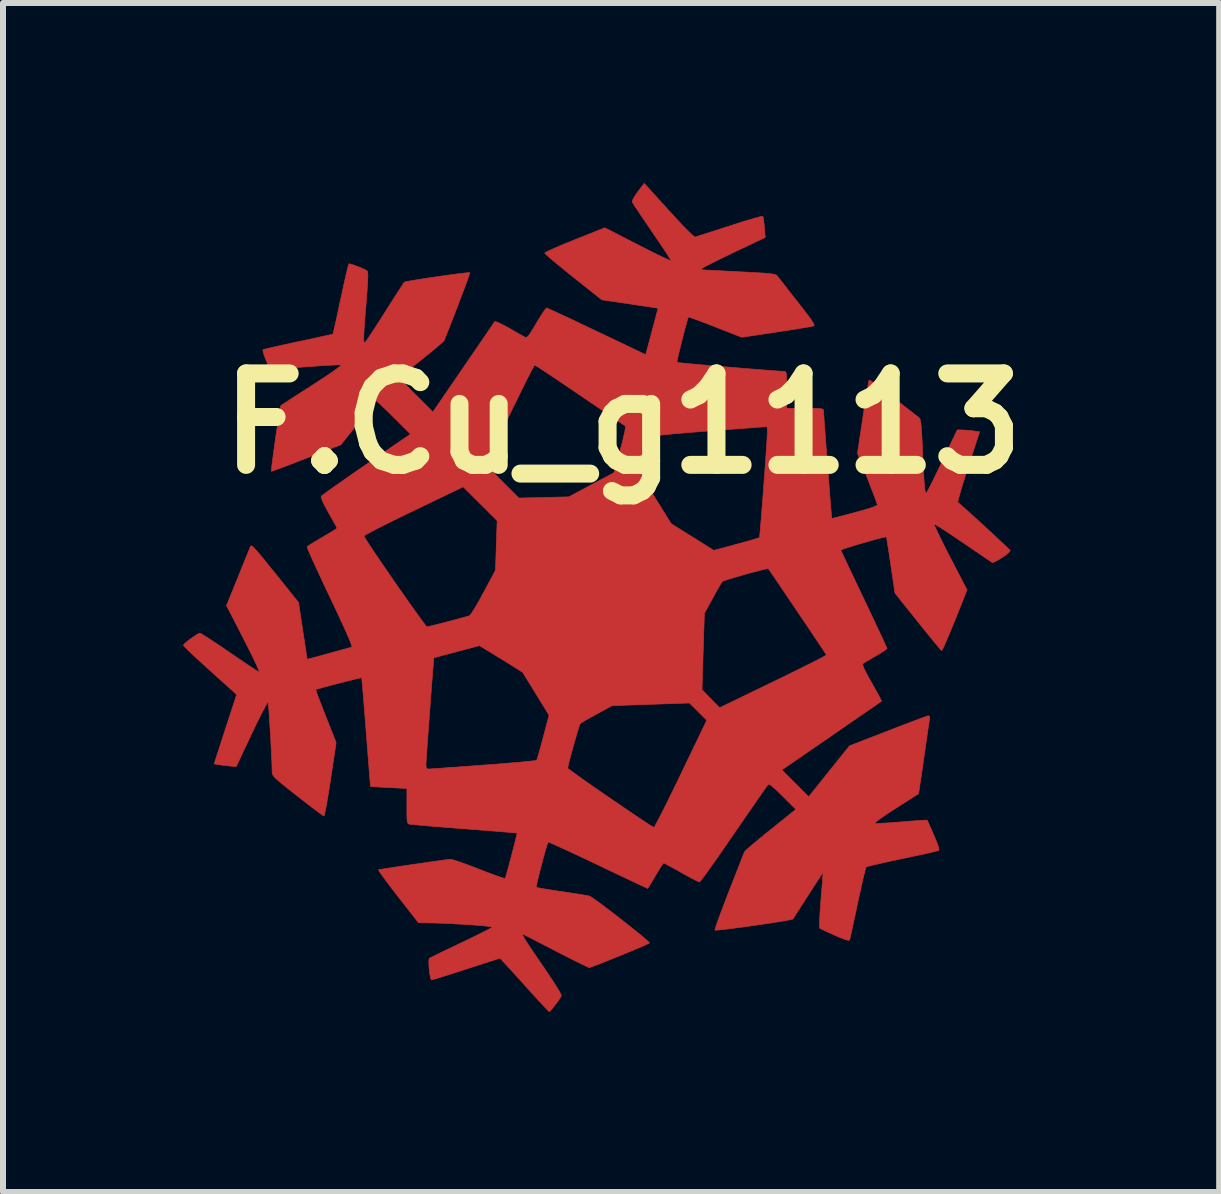
<source format=kicad_pcb>
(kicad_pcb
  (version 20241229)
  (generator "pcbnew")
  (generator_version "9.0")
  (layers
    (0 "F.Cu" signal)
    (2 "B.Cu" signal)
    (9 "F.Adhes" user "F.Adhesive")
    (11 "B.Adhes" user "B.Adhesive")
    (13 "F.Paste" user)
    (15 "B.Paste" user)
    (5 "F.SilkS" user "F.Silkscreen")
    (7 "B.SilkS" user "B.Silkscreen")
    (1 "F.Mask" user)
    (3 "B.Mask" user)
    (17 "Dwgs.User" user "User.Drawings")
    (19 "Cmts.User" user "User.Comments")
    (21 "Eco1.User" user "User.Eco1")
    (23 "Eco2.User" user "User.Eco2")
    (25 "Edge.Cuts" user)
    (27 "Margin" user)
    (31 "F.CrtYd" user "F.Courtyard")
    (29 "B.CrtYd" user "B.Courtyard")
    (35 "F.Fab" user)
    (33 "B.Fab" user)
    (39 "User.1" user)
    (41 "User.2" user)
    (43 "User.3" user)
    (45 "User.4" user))
  (footprint "F.Cu_g1113"
    (layer "F.Cu")
    (at 7.328 4.007)
    (property "Reference" "F.Cu_g1113" (at 0 0 0) (layer "F.SilkS") (effects (font (size 1.524 1.524) (thickness 0.3))))
    (attr through_hole)
    (fp_poly (pts (xy 0.765 -3.551) (xy 0.883 -3.423) (xy 0.987 -3.312) (xy 1.074 -3.223) (xy 1.141 -3.157) (xy 1.186 -3.118) (xy 1.204 -3.108) (xy 1.232 -3.116) (xy 1.294 -3.136) (xy 1.386 -3.165) (xy 1.501 -3.202) (xy 1.633 -3.245) (xy 1.777 -3.291) (xy 1.92 -3.337) (xy 2.05 -3.378) (xy 2.162 -3.411) (xy 2.25 -3.436) (xy 2.308 -3.451) (xy 2.331 -3.453) (xy 2.331 -3.453) (xy 2.34 -3.427) (xy 2.349 -3.37) (xy 2.357 -3.292) (xy 2.359 -3.27) (xy 2.373 -3.101) (xy 1.843 -2.849) (xy 1.705 -2.782) (xy 1.58 -2.721) (xy 1.474 -2.668) (xy 1.39 -2.625) (xy 1.335 -2.595) (xy 1.313 -2.579) (xy 1.312 -2.579) (xy 1.317 -2.561) (xy 1.318 -2.561) (xy 1.339 -2.56) (xy 1.398 -2.557) (xy 1.488 -2.552) (xy 1.605 -2.546) (xy 1.742 -2.539) (xy 1.895 -2.531) (xy 1.935 -2.529) (xy 2.114 -2.52) (xy 2.255 -2.512) (xy 2.364 -2.505) (xy 2.444 -2.497) (xy 2.5 -2.49) (xy 2.537 -2.482) (xy 2.56 -2.473) (xy 2.572 -2.462) (xy 2.573 -2.461) (xy 2.593 -2.434) (xy 2.636 -2.379) (xy 2.696 -2.302) (xy 2.771 -2.206) (xy 2.856 -2.098) (xy 2.908 -2.032) (xy 3.007 -1.905) (xy 3.082 -1.807) (xy 3.135 -1.735) (xy 3.168 -1.684) (xy 3.185 -1.651) (xy 3.187 -1.633) (xy 3.18 -1.626) (xy 3.15 -1.619) (xy 3.084 -1.607) (xy 2.987 -1.591) (xy 2.867 -1.571) (xy 2.727 -1.549) (xy 2.574 -1.526) (xy 2.563 -1.524) (xy 1.982 -1.437) (xy 1.54 -1.61) (xy 1.413 -1.659) (xy 1.299 -1.703) (xy 1.205 -1.738) (xy 1.136 -1.762) (xy 1.098 -1.774) (xy 1.093 -1.775) (xy 1.083 -1.749) (xy 1.067 -1.692) (xy 1.044 -1.61) (xy 1.018 -1.511) (xy 0.991 -1.405) (xy 0.964 -1.297) (xy 0.939 -1.197) (xy 0.919 -1.113) (xy 0.906 -1.051) (xy 0.901 -1.02) (xy 0.901 -1.018) (xy 0.923 -1.015) (xy 0.982 -1.009) (xy 1.072 -1) (xy 1.189 -0.989) (xy 1.326 -0.977) (xy 1.479 -0.964) (xy 1.642 -0.95) (xy 1.81 -0.936) (xy 1.978 -0.922) (xy 2.14 -0.909) (xy 2.291 -0.897) (xy 2.425 -0.886) (xy 2.537 -0.878) (xy 2.623 -0.872) (xy 2.676 -0.869) (xy 2.683 -0.869) (xy 2.701 -0.867) (xy 2.714 -0.859) (xy 2.723 -0.837) (xy 2.728 -0.796) (xy 2.73 -0.729) (xy 2.73 -0.629) (xy 2.731 -0.561) (xy 2.731 -0.254) (xy 3.037 -0.254) (xy 3.158 -0.254) (xy 3.242 -0.252) (xy 3.296 -0.248) (xy 3.327 -0.241) (xy 3.341 -0.231) (xy 3.344 -0.217) (xy 3.345 -0.189) (xy 3.35 -0.126) (xy 3.356 -0.031) (xy 3.365 0.089) (xy 3.376 0.229) (xy 3.387 0.384) (xy 3.4 0.548) (xy 3.412 0.717) (xy 3.425 0.884) (xy 3.438 1.046) (xy 3.449 1.195) (xy 3.46 1.327) (xy 3.469 1.437) (xy 3.476 1.52) (xy 3.48 1.569) (xy 3.481 1.581) (xy 3.502 1.578) (xy 3.556 1.564) (xy 3.639 1.543) (xy 3.743 1.516) (xy 3.863 1.484) (xy 3.864 1.484) (xy 4.012 1.443) (xy 4.121 1.41) (xy 4.194 1.384) (xy 4.233 1.364) (xy 4.241 1.352) (xy 4.233 1.325) (xy 4.211 1.264) (xy 4.178 1.176) (xy 4.136 1.068) (xy 4.089 0.946) (xy 4.074 0.91) (xy 3.91 0.497) (xy 4.001 -0.106) (xy 4.024 -0.261) (xy 4.046 -0.402) (xy 4.066 -0.524) (xy 4.083 -0.622) (xy 4.096 -0.69) (xy 4.103 -0.722) (xy 4.104 -0.724) (xy 4.124 -0.716) (xy 4.172 -0.685) (xy 4.243 -0.634) (xy 4.333 -0.567) (xy 4.438 -0.487) (xy 4.509 -0.431) (xy 4.621 -0.343) (xy 4.724 -0.262) (xy 4.813 -0.193) (xy 4.881 -0.14) (xy 4.924 -0.106) (xy 4.936 -0.098) (xy 4.947 -0.085) (xy 4.956 -0.06) (xy 4.964 -0.02) (xy 4.971 0.042) (xy 4.978 0.13) (xy 4.985 0.249) (xy 4.992 0.404) (xy 4.995 0.456) (xy 5.004 0.654) (xy 5.012 0.814) (xy 5.019 0.939) (xy 5.026 1.032) (xy 5.033 1.097) (xy 5.041 1.139) (xy 5.048 1.159) (xy 5.055 1.164) (xy 5.067 1.145) (xy 5.095 1.093) (xy 5.137 1.013) (xy 5.188 0.909) (xy 5.248 0.786) (xy 5.314 0.649) (xy 5.321 0.635) (xy 5.573 0.106) (xy 5.66 0.108) (xy 5.738 0.112) (xy 5.825 0.121) (xy 5.846 0.124) (xy 5.945 0.138) (xy 5.756 0.719) (xy 5.708 0.868) (xy 5.666 1.003) (xy 5.631 1.121) (xy 5.604 1.215) (xy 5.587 1.28) (xy 5.582 1.311) (xy 5.583 1.313) (xy 5.635 1.358) (xy 5.706 1.421) (xy 5.793 1.499) (xy 5.89 1.587) (xy 5.992 1.68) (xy 6.094 1.775) (xy 6.193 1.866) (xy 6.282 1.949) (xy 6.358 2.02) (xy 6.415 2.075) (xy 6.449 2.109) (xy 6.456 2.118) (xy 6.439 2.142) (xy 6.396 2.179) (xy 6.337 2.221) (xy 6.273 2.263) (xy 6.214 2.296) (xy 6.17 2.315) (xy 6.155 2.315) (xy 6.131 2.299) (xy 6.076 2.263) (xy 5.997 2.209) (xy 5.898 2.141) (xy 5.783 2.063) (xy 5.667 1.984) (xy 5.543 1.9) (xy 5.431 1.825) (xy 5.334 1.762) (xy 5.259 1.714) (xy 5.208 1.684) (xy 5.188 1.676) (xy 5.193 1.696) (xy 5.215 1.748) (xy 5.253 1.828) (xy 5.303 1.932) (xy 5.364 2.054) (xy 5.434 2.191) (xy 5.453 2.228) (xy 5.736 2.773) (xy 5.533 3.282) (xy 5.477 3.418) (xy 5.426 3.54) (xy 5.382 3.643) (xy 5.347 3.722) (xy 5.323 3.77) (xy 5.312 3.784) (xy 5.295 3.767) (xy 5.255 3.72) (xy 5.196 3.649) (xy 5.121 3.557) (xy 5.033 3.449) (xy 4.937 3.329) (xy 4.915 3.302) (xy 4.535 2.826) (xy 4.466 2.36) (xy 4.446 2.225) (xy 4.428 2.105) (xy 4.412 2.006) (xy 4.401 1.934) (xy 4.394 1.895) (xy 4.393 1.89) (xy 4.371 1.891) (xy 4.317 1.903) (xy 4.237 1.923) (xy 4.141 1.95) (xy 4.036 1.98) (xy 3.929 2.011) (xy 3.828 2.042) (xy 3.741 2.069) (xy 3.675 2.092) (xy 3.639 2.106) (xy 3.634 2.11) (xy 3.644 2.134) (xy 3.67 2.191) (xy 3.711 2.278) (xy 3.764 2.391) (xy 3.828 2.526) (xy 3.9 2.679) (xy 3.979 2.845) (xy 4.021 2.933) (xy 4.102 3.104) (xy 4.178 3.264) (xy 4.246 3.408) (xy 4.304 3.531) (xy 4.35 3.631) (xy 4.383 3.703) (xy 4.4 3.743) (xy 4.403 3.749) (xy 4.385 3.766) (xy 4.339 3.797) (xy 4.272 3.84) (xy 4.217 3.872) (xy 4.136 3.919) (xy 4.067 3.96) (xy 4.018 3.988) (xy 4.003 3.998) (xy 3.996 4.012) (xy 4.003 4.043) (xy 4.025 4.095) (xy 4.064 4.171) (xy 4.122 4.278) (xy 4.146 4.319) (xy 4.203 4.421) (xy 4.251 4.508) (xy 4.287 4.576) (xy 4.308 4.617) (xy 4.312 4.627) (xy 4.294 4.639) (xy 4.245 4.673) (xy 4.168 4.727) (xy 4.066 4.797) (xy 3.942 4.882) (xy 3.801 4.979) (xy 3.646 5.086) (xy 3.479 5.201) (xy 3.478 5.202) (xy 2.65 5.772) (xy 2.873 5.995) (xy 3.097 6.219) (xy 3.437 5.795) (xy 3.778 5.37) (xy 4.424 5.12) (xy 4.58 5.059) (xy 4.725 5.004) (xy 4.852 4.956) (xy 4.958 4.916) (xy 5.037 4.888) (xy 5.084 4.871) (xy 5.095 4.869) (xy 5.113 4.886) (xy 5.111 4.927) (xy 5.105 4.962) (xy 5.094 5.034) (xy 5.079 5.135) (xy 5.061 5.261) (xy 5.04 5.404) (xy 5.018 5.559) (xy 5.016 5.576) (xy 4.994 5.728) (xy 4.974 5.867) (xy 4.956 5.985) (xy 4.942 6.079) (xy 4.932 6.142) (xy 4.927 6.169) (xy 4.926 6.17) (xy 4.734 6.292) (xy 4.575 6.394) (xy 4.448 6.476) (xy 4.35 6.542) (xy 4.279 6.591) (xy 4.232 6.627) (xy 4.208 6.649) (xy 4.204 6.661) (xy 4.209 6.664) (xy 4.244 6.664) (xy 4.313 6.661) (xy 4.41 6.655) (xy 4.526 6.647) (xy 4.656 6.637) (xy 4.659 6.637) (xy 4.785 6.626) (xy 4.896 6.618) (xy 4.985 6.612) (xy 5.045 6.609) (xy 5.07 6.609) (xy 5.07 6.609) (xy 5.081 6.629) (xy 5.104 6.681) (xy 5.138 6.756) (xy 5.178 6.848) (xy 5.182 6.858) (xy 5.23 6.973) (xy 5.259 7.052) (xy 5.269 7.099) (xy 5.264 7.115) (xy 5.237 7.122) (xy 5.175 7.137) (xy 5.082 7.159) (xy 4.964 7.185) (xy 4.827 7.214) (xy 4.677 7.246) (xy 4.657 7.25) (xy 4.505 7.282) (xy 4.367 7.313) (xy 4.247 7.34) (xy 4.152 7.362) (xy 4.087 7.379) (xy 4.057 7.388) (xy 4.056 7.389) (xy 4.047 7.413) (xy 4.031 7.473) (xy 4.008 7.564) (xy 3.981 7.681) (xy 3.951 7.817) (xy 3.918 7.967) (xy 3.912 7.994) (xy 3.88 8.147) (xy 3.85 8.287) (xy 3.824 8.408) (xy 3.802 8.506) (xy 3.787 8.574) (xy 3.779 8.607) (xy 3.779 8.608) (xy 3.755 8.612) (xy 3.696 8.595) (xy 3.599 8.557) (xy 3.531 8.527) (xy 3.438 8.485) (xy 3.36 8.449) (xy 3.304 8.421) (xy 3.278 8.407) (xy 3.278 8.407) (xy 3.276 8.382) (xy 3.277 8.322) (xy 3.281 8.232) (xy 3.288 8.12) (xy 3.297 7.99) (xy 3.301 7.938) (xy 3.312 7.804) (xy 3.322 7.685) (xy 3.329 7.588) (xy 3.334 7.519) (xy 3.336 7.483) (xy 3.336 7.479) (xy 3.325 7.495) (xy 3.295 7.541) (xy 3.25 7.61) (xy 3.194 7.696) (xy 3.131 7.794) (xy 3.065 7.897) (xy 3 7.998) (xy 2.939 8.093) (xy 2.887 8.174) (xy 2.849 8.235) (xy 2.836 8.256) (xy 2.813 8.263) (xy 2.754 8.275) (xy 2.666 8.291) (xy 2.555 8.309) (xy 2.426 8.329) (xy 2.287 8.349) (xy 2.144 8.37) (xy 2.002 8.39) (xy 1.869 8.407) (xy 1.749 8.423) (xy 1.65 8.434) (xy 1.578 8.441) (xy 1.539 8.443) (xy 1.534 8.442) (xy 1.539 8.419) (xy 1.559 8.357) (xy 1.594 8.257) (xy 1.645 8.121) (xy 1.71 7.948) (xy 1.791 7.739) (xy 1.886 7.496) (xy 1.995 7.218) (xy 2.027 7.137) (xy 2.046 7.116) (xy 2.093 7.073) (xy 2.165 7.012) (xy 2.256 6.936) (xy 2.362 6.848) (xy 2.461 6.769) (xy 2.884 6.43) (xy 2.665 6.211) (xy 2.569 6.117) (xy 2.496 6.051) (xy 2.447 6.016) (xy 2.425 6.011) (xy 2.409 6.032) (xy 2.371 6.084) (xy 2.315 6.164) (xy 2.242 6.269) (xy 2.155 6.394) (xy 2.057 6.536) (xy 1.95 6.692) (xy 1.852 6.834) (xy 1.739 6.999) (xy 1.633 7.152) (xy 1.537 7.29) (xy 1.451 7.41) (xy 1.381 7.509) (xy 1.326 7.582) (xy 1.291 7.627) (xy 1.278 7.64) (xy 1.252 7.63) (xy 1.197 7.603) (xy 1.119 7.562) (xy 1.025 7.511) (xy 0.975 7.482) (xy 0.877 7.427) (xy 0.792 7.381) (xy 0.727 7.346) (xy 0.688 7.327) (xy 0.681 7.324) (xy 0.665 7.341) (xy 0.633 7.388) (xy 0.59 7.457) (xy 0.543 7.536) (xy 0.494 7.619) (xy 0.453 7.686) (xy 0.424 7.732) (xy 0.413 7.747) (xy 0.394 7.738) (xy 0.34 7.713) (xy 0.255 7.673) (xy 0.145 7.621) (xy 0.012 7.558) (xy -0.14 7.486) (xy -0.306 7.407) (xy -0.414 7.355) (xy -0.587 7.273) (xy -0.748 7.197) (xy -0.894 7.129) (xy -1.019 7.071) (xy -1.121 7.025) (xy -1.194 6.993) (xy -1.236 6.976) (xy -1.245 6.974) (xy -1.255 6.999) (xy -1.273 7.056) (xy -1.297 7.137) (xy -1.324 7.236) (xy -1.352 7.342) (xy -1.38 7.449) (xy -1.405 7.549) (xy -1.425 7.634) (xy -1.438 7.696) (xy -1.442 7.726) (xy -1.442 7.728) (xy -1.418 7.735) (xy -1.358 7.746) (xy -1.27 7.761) (xy -1.161 7.778) (xy -1.036 7.797) (xy -1.027 7.798) (xy -0.896 7.818) (xy -0.776 7.836) (xy -0.675 7.852) (xy -0.6 7.865) (xy -0.558 7.873) (xy -0.529 7.889) (xy -0.473 7.927) (xy -0.395 7.983) (xy -0.301 8.053) (xy -0.196 8.133) (xy -0.084 8.219) (xy 0.028 8.307) (xy 0.137 8.393) (xy 0.237 8.473) (xy 0.323 8.543) (xy 0.389 8.6) (xy 0.431 8.639) (xy 0.445 8.655) (xy 0.426 8.666) (xy 0.374 8.69) (xy 0.296 8.724) (xy 0.197 8.766) (xy 0.085 8.813) (xy -0.036 8.863) (xy -0.157 8.912) (xy -0.273 8.958) (xy -0.378 9) (xy -0.465 9.033) (xy -0.527 9.056) (xy -0.559 9.066) (xy -0.561 9.066) (xy -0.585 9.056) (xy -0.641 9.03) (xy -0.724 8.989) (xy -0.831 8.936) (xy -0.955 8.873) (xy -1.091 8.803) (xy -1.111 8.793) (xy -1.248 8.722) (xy -1.374 8.657) (xy -1.483 8.601) (xy -1.57 8.556) (xy -1.63 8.526) (xy -1.658 8.512) (xy -1.659 8.511) (xy -1.67 8.511) (xy -1.669 8.524) (xy -1.654 8.555) (xy -1.624 8.606) (xy -1.577 8.679) (xy -1.51 8.779) (xy -1.423 8.908) (xy -1.331 9.041) (xy -1.237 9.181) (xy -1.157 9.302) (xy -1.094 9.402) (xy -1.049 9.477) (xy -1.027 9.524) (xy -1.024 9.537) (xy -1.043 9.57) (xy -1.078 9.622) (xy -1.122 9.681) (xy -1.166 9.737) (xy -1.202 9.78) (xy -1.224 9.8) (xy -1.226 9.8) (xy -1.243 9.785) (xy -1.284 9.742) (xy -1.347 9.676) (xy -1.426 9.59) (xy -1.519 9.488) (xy -1.621 9.375) (xy -1.638 9.356) (xy -1.742 9.241) (xy -1.836 9.137) (xy -1.917 9.048) (xy -1.982 8.978) (xy -2.026 8.932) (xy -2.046 8.912) (xy -2.047 8.911) (xy -2.069 8.917) (xy -2.126 8.935) (xy -2.213 8.963) (xy -2.324 8.998) (xy -2.454 9.041) (xy -2.598 9.087) (xy -2.61 9.091) (xy -2.756 9.138) (xy -2.889 9.181) (xy -3.004 9.217) (xy -3.095 9.245) (xy -3.158 9.264) (xy -3.186 9.271) (xy -3.187 9.271) (xy -3.199 9.252) (xy -3.211 9.202) (xy -3.222 9.134) (xy -3.229 9.059) (xy -3.233 8.989) (xy -3.231 8.935) (xy -3.223 8.911) (xy -3.201 8.899) (xy -3.145 8.871) (xy -3.061 8.83) (xy -2.954 8.778) (xy -2.83 8.719) (xy -2.699 8.656) (xy -2.563 8.591) (xy -2.439 8.531) (xy -2.334 8.478) (xy -2.251 8.436) (xy -2.197 8.407) (xy -2.176 8.393) (xy -2.191 8.386) (xy -2.244 8.378) (xy -2.326 8.369) (xy -2.433 8.36) (xy -2.558 8.351) (xy -2.696 8.343) (xy -2.84 8.335) (xy -2.984 8.328) (xy -3.123 8.323) (xy -3.25 8.321) (xy -3.252 8.321) (xy -3.404 8.319) (xy -3.747 7.88) (xy -3.837 7.763) (xy -3.917 7.657) (xy -3.984 7.567) (xy -4.034 7.498) (xy -4.064 7.453) (xy -4.071 7.436) (xy -4.04 7.43) (xy -3.973 7.419) (xy -3.879 7.405) (xy -3.763 7.387) (xy -3.632 7.367) (xy -3.494 7.347) (xy -3.354 7.327) (xy -3.22 7.307) (xy -3.098 7.29) (xy -2.996 7.276) (xy -2.919 7.266) (xy -2.876 7.261) (xy -2.869 7.26) (xy -2.835 7.268) (xy -2.768 7.289) (xy -2.675 7.321) (xy -2.562 7.362) (xy -2.437 7.41) (xy -2.393 7.427) (xy -2.268 7.476) (xy -2.157 7.517) (xy -2.065 7.55) (xy -1.999 7.572) (xy -1.964 7.581) (xy -1.96 7.581) (xy -1.952 7.556) (xy -1.935 7.498) (xy -1.913 7.417) (xy -1.886 7.319) (xy -1.858 7.213) (xy -1.83 7.105) (xy -1.804 7.006) (xy -1.783 6.921) (xy -1.768 6.859) (xy -1.762 6.827) (xy -1.762 6.825) (xy -1.783 6.822) (xy -1.843 6.817) (xy -1.936 6.809) (xy -2.057 6.799) (xy -2.203 6.787) (xy -2.369 6.774) (xy -2.551 6.76) (xy -2.635 6.753) (xy -2.824 6.739) (xy -3.001 6.725) (xy -3.162 6.712) (xy -3.301 6.7) (xy -3.414 6.69) (xy -3.496 6.683) (xy -3.543 6.678) (xy -3.551 6.677) (xy -3.57 6.671) (xy -3.583 6.659) (xy -3.591 6.634) (xy -3.596 6.59) (xy -3.598 6.518) (xy -3.598 6.413) (xy -3.598 6.374) (xy -3.598 6.081) (xy -3.899 6.066) (xy -4.007 6.061) (xy -4.098 6.055) (xy -4.165 6.051) (xy -4.2 6.048) (xy -4.204 6.047) (xy -4.206 6.026) (xy -4.211 5.967) (xy -4.219 5.874) (xy -4.229 5.752) (xy -4.233 5.695) (xy -3.281 5.695) (xy -3.273 5.742) (xy -3.246 5.757) (xy -3.244 5.757) (xy -3.215 5.756) (xy -3.149 5.751) (xy -3.05 5.745) (xy -3.024 5.743) (xy -0.919 5.743) (xy -0.902 5.758) (xy -0.855 5.793) (xy -0.782 5.846) (xy -0.687 5.914) (xy -0.575 5.993) (xy -0.45 6.08) (xy -0.317 6.172) (xy -0.18 6.266) (xy -0.043 6.359) (xy 0.088 6.449) (xy 0.21 6.531) (xy 0.317 6.603) (xy 0.406 6.661) (xy 0.472 6.704) (xy 0.511 6.726) (xy 0.519 6.73) (xy 0.532 6.711) (xy 0.561 6.658) (xy 0.605 6.575) (xy 0.662 6.464) (xy 0.729 6.33) (xy 0.804 6.177) (xy 0.887 6.008) (xy 0.969 5.838) (xy 1.399 4.945) (xy 1.255 4.801) (xy 1.111 4.657) (xy 0.466 4.679) (xy -0.179 4.702) (xy -0.433 4.84) (xy -0.528 4.892) (xy -0.611 4.939) (xy -0.673 4.976) (xy -0.708 4.999) (xy -0.711 5.002) (xy -0.721 5.027) (xy -0.74 5.085) (xy -0.765 5.168) (xy -0.794 5.267) (xy -0.824 5.374) (xy -0.854 5.482) (xy -0.881 5.582) (xy -0.902 5.665) (xy -0.915 5.724) (xy -0.919 5.743) (xy -3.024 5.743) (xy -2.923 5.735) (xy -2.772 5.725) (xy -2.601 5.712) (xy -2.417 5.699) (xy -2.328 5.692) (xy -2.14 5.678) (xy -1.964 5.664) (xy -1.807 5.651) (xy -1.671 5.639) (xy -1.563 5.628) (xy -1.485 5.62) (xy -1.443 5.614) (xy -1.437 5.613) (xy -1.427 5.588) (xy -1.409 5.53) (xy -1.385 5.445) (xy -1.355 5.338) (xy -1.326 5.229) (xy -1.229 4.86) (xy -1.491 4.434) (xy 1.319 4.434) (xy 1.466 4.585) (xy 1.613 4.736) (xy 2.505 4.304) (xy 2.685 4.217) (xy 2.853 4.134) (xy 3.005 4.059) (xy 3.137 3.993) (xy 3.246 3.938) (xy 3.327 3.895) (xy 3.377 3.867) (xy 3.393 3.856) (xy 3.381 3.837) (xy 3.349 3.787) (xy 3.298 3.711) (xy 3.233 3.614) (xy 3.157 3.5) (xy 3.072 3.373) (xy 2.981 3.239) (xy 2.888 3.101) (xy 2.795 2.963) (xy 2.706 2.832) (xy 2.624 2.71) (xy 2.551 2.603) (xy 2.491 2.515) (xy 2.447 2.451) (xy 2.424 2.418) (xy 2.402 2.42) (xy 2.347 2.432) (xy 2.268 2.452) (xy 2.171 2.477) (xy 2.065 2.506) (xy 1.957 2.537) (xy 1.855 2.567) (xy 1.767 2.593) (xy 1.7 2.615) (xy 1.663 2.629) (xy 1.659 2.632) (xy 1.64 2.659) (xy 1.606 2.716) (xy 1.561 2.794) (xy 1.51 2.887) (xy 1.497 2.911) (xy 1.359 3.165) (xy 1.319 4.434) (xy -1.491 4.434) (xy -1.669 4.146) (xy -1.845 4.035) (xy -1.948 3.971) (xy -2.066 3.898) (xy -2.178 3.829) (xy -2.205 3.813) (xy -2.388 3.701) (xy -2.766 3.801) (xy -2.885 3.833) (xy -2.99 3.861) (xy -3.073 3.883) (xy -3.127 3.898) (xy -3.148 3.904) (xy -3.15 3.925) (xy -3.155 3.983) (xy -3.163 4.072) (xy -3.172 4.188) (xy -3.183 4.325) (xy -3.194 4.477) (xy -3.207 4.64) (xy -3.219 4.808) (xy -3.231 4.976) (xy -3.243 5.138) (xy -3.254 5.289) (xy -3.264 5.425) (xy -3.272 5.538) (xy -3.277 5.625) (xy -3.28 5.68) (xy -3.281 5.695) (xy -4.233 5.695) (xy -4.24 5.606) (xy -4.253 5.439) (xy -4.268 5.256) (xy -4.276 5.144) (xy -4.291 4.953) (xy -4.305 4.776) (xy -4.318 4.616) (xy -4.329 4.479) (xy -4.339 4.368) (xy -4.346 4.289) (xy -4.351 4.244) (xy -4.352 4.236) (xy -4.373 4.239) (xy -4.426 4.252) (xy -4.506 4.271) (xy -4.602 4.295) (xy -4.708 4.322) (xy -4.817 4.35) (xy -4.919 4.377) (xy -5.007 4.401) (xy -5.074 4.42) (xy -5.112 4.431) (xy -5.118 4.434) (xy -5.112 4.454) (xy -5.093 4.508) (xy -5.062 4.59) (xy -5.022 4.694) (xy -4.975 4.815) (xy -4.95 4.878) (xy -4.777 5.317) (xy -4.869 5.929) (xy -4.893 6.084) (xy -4.916 6.225) (xy -4.937 6.346) (xy -4.955 6.442) (xy -4.969 6.508) (xy -4.978 6.539) (xy -4.979 6.54) (xy -5 6.528) (xy -5.05 6.493) (xy -5.123 6.438) (xy -5.216 6.368) (xy -5.323 6.285) (xy -5.42 6.209) (xy -5.549 6.108) (xy -5.649 6.028) (xy -5.723 5.967) (xy -5.776 5.921) (xy -5.81 5.886) (xy -5.83 5.859) (xy -5.84 5.835) (xy -5.843 5.812) (xy -5.843 5.802) (xy -5.845 5.722) (xy -5.849 5.618) (xy -5.855 5.496) (xy -5.862 5.362) (xy -5.869 5.222) (xy -5.878 5.084) (xy -5.886 4.955) (xy -5.893 4.839) (xy -5.9 4.745) (xy -5.906 4.678) (xy -5.911 4.645) (xy -5.912 4.643) (xy -5.925 4.657) (xy -5.954 4.708) (xy -5.999 4.792) (xy -6.057 4.907) (xy -6.128 5.051) (xy -6.209 5.222) (xy -6.301 5.416) (xy -6.355 5.531) (xy -6.442 5.718) (xy -6.571 5.705) (xy -6.65 5.696) (xy -6.72 5.687) (xy -6.755 5.681) (xy -6.81 5.671) (xy -6.623 5.095) (xy -6.575 4.947) (xy -6.531 4.813) (xy -6.494 4.698) (xy -6.464 4.607) (xy -6.444 4.545) (xy -6.435 4.517) (xy -6.435 4.516) (xy -6.45 4.502) (xy -6.493 4.463) (xy -6.559 4.403) (xy -6.645 4.326) (xy -6.746 4.235) (xy -6.859 4.133) (xy -6.879 4.115) (xy -6.994 4.011) (xy -7.098 3.916) (xy -7.187 3.833) (xy -7.256 3.766) (xy -7.303 3.719) (xy -7.322 3.696) (xy -7.323 3.694) (xy -7.306 3.672) (xy -7.264 3.635) (xy -7.207 3.591) (xy -7.146 3.548) (xy -7.091 3.513) (xy -7.053 3.494) (xy -7.046 3.493) (xy -7.023 3.504) (xy -6.97 3.537) (xy -6.892 3.587) (xy -6.793 3.652) (xy -6.679 3.728) (xy -6.558 3.811) (xy -6.432 3.897) (xy -6.317 3.975) (xy -6.217 4.042) (xy -6.138 4.094) (xy -6.083 4.129) (xy -6.059 4.143) (xy -6.06 4.128) (xy -6.079 4.08) (xy -6.113 4.003) (xy -6.162 3.9) (xy -6.223 3.777) (xy -6.294 3.636) (xy -6.315 3.594) (xy -6.604 3.033) (xy -6.411 2.559) (xy -6.357 2.424) (xy -6.307 2.301) (xy -6.264 2.196) (xy -6.231 2.113) (xy -6.209 2.06) (xy -6.203 2.044) (xy -6.194 2.037) (xy -6.177 2.045) (xy -6.148 2.07) (xy -6.106 2.116) (xy -6.046 2.184) (xy -5.968 2.279) (xy -5.868 2.403) (xy -5.795 2.493) (xy -5.403 2.982) (xy -5.366 3.232) (xy -5.346 3.361) (xy -5.325 3.503) (xy -5.304 3.638) (xy -5.294 3.706) (xy -5.26 3.93) (xy -4.9 3.832) (xy -4.782 3.799) (xy -4.677 3.77) (xy -4.592 3.747) (xy -4.536 3.731) (xy -4.515 3.724) (xy -4.517 3.703) (xy -4.538 3.644) (xy -4.577 3.55) (xy -4.634 3.421) (xy -4.709 3.257) (xy -4.801 3.06) (xy -4.88 2.893) (xy -4.963 2.72) (xy -5.038 2.558) (xy -5.106 2.411) (xy -5.164 2.285) (xy -5.21 2.182) (xy -5.242 2.107) (xy -5.259 2.063) (xy -5.26 2.054) (xy -5.239 2.037) (xy -5.188 2.004) (xy -5.114 1.959) (xy -5.026 1.906) (xy -5.006 1.895) (xy -4.972 1.875) (xy -4.313 1.875) (xy -4.299 1.902) (xy -4.264 1.958) (xy -4.211 2.04) (xy -4.143 2.142) (xy -4.063 2.26) (xy -3.974 2.39) (xy -3.879 2.528) (xy -3.782 2.669) (xy -3.685 2.808) (xy -3.591 2.942) (xy -3.503 3.067) (xy -3.424 3.176) (xy -3.358 3.268) (xy -3.307 3.336) (xy -3.275 3.377) (xy -3.264 3.387) (xy -3.234 3.381) (xy -3.171 3.367) (xy -3.083 3.345) (xy -2.977 3.318) (xy -2.914 3.301) (xy -2.801 3.271) (xy -2.701 3.244) (xy -2.621 3.222) (xy -2.57 3.208) (xy -2.558 3.205) (xy -2.537 3.184) (xy -2.501 3.131) (xy -2.452 3.052) (xy -2.395 2.953) (xy -2.333 2.839) (xy -2.322 2.82) (xy -2.122 2.445) (xy -2.108 2.032) (xy -2.094 1.619) (xy -2.377 1.337) (xy -2.66 1.055) (xy -3.489 1.454) (xy -3.663 1.538) (xy -3.824 1.617) (xy -3.969 1.689) (xy -4.093 1.752) (xy -4.193 1.804) (xy -4.265 1.843) (xy -4.306 1.868) (xy -4.313 1.875) (xy -4.972 1.875) (xy -4.916 1.842) (xy -4.841 1.797) (xy -4.788 1.763) (xy -4.763 1.745) (xy -4.763 1.744) (xy -4.772 1.723) (xy -4.799 1.672) (xy -4.84 1.599) (xy -4.89 1.51) (xy -4.903 1.487) (xy -4.968 1.368) (xy -5.009 1.282) (xy -5.026 1.23) (xy -5.024 1.212) (xy -5.003 1.194) (xy -4.951 1.155) (xy -4.872 1.098) (xy -4.768 1.024) (xy -4.645 0.938) (xy -4.505 0.84) (xy -4.353 0.735) (xy -4.28 0.685) (xy -2.288 0.685) (xy -2.01 0.964) (xy -1.732 1.242) (xy -1.316 1.232) (xy -0.9 1.222) (xy -0.524 1.021) (xy -0.397 0.953) (xy 0.361 0.953) (xy 0.583 1.311) (xy 0.805 1.668) (xy 1.159 1.89) (xy 1.268 1.958) (xy 1.362 2.018) (xy 1.439 2.066) (xy 1.491 2.099) (xy 1.513 2.114) (xy 1.513 2.114) (xy 1.533 2.109) (xy 1.587 2.095) (xy 1.669 2.073) (xy 1.772 2.045) (xy 1.89 2.013) (xy 2.01 1.98) (xy 2.115 1.951) (xy 2.198 1.926) (xy 2.254 1.909) (xy 2.275 1.901) (xy 2.279 1.879) (xy 2.286 1.819) (xy 2.294 1.728) (xy 2.304 1.61) (xy 2.315 1.472) (xy 2.327 1.318) (xy 2.34 1.154) (xy 2.352 0.985) (xy 2.365 0.817) (xy 2.376 0.654) (xy 2.387 0.502) (xy 2.396 0.367) (xy 2.403 0.254) (xy 2.407 0.168) (xy 2.409 0.114) (xy 2.409 0.099) (xy 2.402 0.052) (xy 1.495 0.119) (xy 1.304 0.134) (xy 1.125 0.148) (xy 0.963 0.162) (xy 0.824 0.174) (xy 0.711 0.185) (xy 0.628 0.194) (xy 0.581 0.201) (xy 0.572 0.204) (xy 0.561 0.23) (xy 0.542 0.289) (xy 0.516 0.376) (xy 0.486 0.483) (xy 0.458 0.588) (xy 0.361 0.953) (xy -0.397 0.953) (xy -0.148 0.82) (xy -0.117 0.712) (xy -0.065 0.524) (xy -0.022 0.362) (xy 0.011 0.231) (xy 0.033 0.132) (xy 0.044 0.069) (xy 0.043 0.043) (xy 0.043 0.043) (xy 0.022 0.029) (xy -0.029 -0.007) (xy -0.109 -0.06) (xy -0.212 -0.131) (xy -0.335 -0.215) (xy -0.475 -0.31) (xy -0.628 -0.414) (xy -0.712 -0.471) (xy -0.87 -0.578) (xy -1.016 -0.678) (xy -1.149 -0.767) (xy -1.263 -0.843) (xy -1.356 -0.904) (xy -1.423 -0.948) (xy -1.461 -0.971) (xy -1.468 -0.975) (xy -1.481 -0.957) (xy -1.51 -0.904) (xy -1.553 -0.821) (xy -1.609 -0.711) (xy -1.675 -0.579) (xy -1.749 -0.428) (xy -1.831 -0.262) (xy -1.887 -0.145) (xy -2.288 0.685) (xy -4.28 0.685) (xy -4.272 0.68) (xy -3.538 0.176) (xy -3.822 -0.107) (xy -3.91 -0.195) (xy -3.989 -0.27) (xy -4.052 -0.329) (xy -4.094 -0.367) (xy -4.113 -0.38) (xy -4.113 -0.38) (xy -4.128 -0.361) (xy -4.165 -0.315) (xy -4.221 -0.244) (xy -4.292 -0.156) (xy -4.373 -0.054) (xy -4.41 -0.008) (xy -4.698 0.354) (xy -5.274 0.578) (xy -5.421 0.635) (xy -5.554 0.687) (xy -5.669 0.73) (xy -5.76 0.764) (xy -5.824 0.787) (xy -5.854 0.797) (xy -5.856 0.797) (xy -5.856 0.775) (xy -5.85 0.717) (xy -5.839 0.631) (xy -5.825 0.524) (xy -5.808 0.402) (xy -5.79 0.272) (xy -5.771 0.141) (xy -5.752 0.015) (xy -5.734 -0.098) (xy -5.719 -0.192) (xy -5.707 -0.26) (xy -5.699 -0.295) (xy -5.698 -0.299) (xy -5.677 -0.313) (xy -5.625 -0.347) (xy -5.547 -0.398) (xy -5.447 -0.463) (xy -5.33 -0.538) (xy -5.2 -0.621) (xy -5.179 -0.635) (xy -5.05 -0.719) (xy -4.934 -0.795) (xy -4.836 -0.862) (xy -4.76 -0.916) (xy -4.711 -0.954) (xy -4.692 -0.973) (xy -4.692 -0.974) (xy -4.718 -0.977) (xy -4.784 -0.976) (xy -4.886 -0.971) (xy -5.022 -0.963) (xy -5.19 -0.951) (xy -5.386 -0.937) (xy -5.608 -0.919) (xy -5.781 -0.904) (xy -5.879 -0.896) (xy -5.945 -1.055) (xy -5.974 -1.13) (xy -5.993 -1.19) (xy -5.997 -1.225) (xy -5.996 -1.229) (xy -5.972 -1.237) (xy -5.911 -1.252) (xy -5.821 -1.273) (xy -5.705 -1.299) (xy -5.57 -1.329) (xy -5.421 -1.361) (xy -5.409 -1.364) (xy -5.259 -1.395) (xy -5.124 -1.424) (xy -5.008 -1.45) (xy -4.917 -1.47) (xy -4.856 -1.484) (xy -4.831 -1.491) (xy -4.831 -1.491) (xy -4.825 -1.512) (xy -4.811 -1.57) (xy -4.791 -1.659) (xy -4.766 -1.772) (xy -4.737 -1.906) (xy -4.705 -2.055) (xy -4.701 -2.072) (xy -4.669 -2.222) (xy -4.639 -2.359) (xy -4.612 -2.476) (xy -4.59 -2.569) (xy -4.574 -2.632) (xy -4.565 -2.659) (xy -4.565 -2.66) (xy -4.541 -2.658) (xy -4.491 -2.643) (xy -4.425 -2.619) (xy -4.356 -2.591) (xy -4.295 -2.563) (xy -4.261 -2.544) (xy -4.253 -2.529) (xy -4.249 -2.495) (xy -4.249 -2.436) (xy -4.252 -2.348) (xy -4.26 -2.228) (xy -4.272 -2.071) (xy -4.276 -2.021) (xy -4.292 -1.828) (xy -4.304 -1.673) (xy -4.312 -1.553) (xy -4.316 -1.464) (xy -4.317 -1.403) (xy -4.314 -1.366) (xy -4.308 -1.348) (xy -4.299 -1.347) (xy -4.29 -1.355) (xy -4.271 -1.381) (xy -4.233 -1.437) (xy -4.179 -1.519) (xy -4.112 -1.622) (xy -4.036 -1.74) (xy -3.958 -1.863) (xy -3.877 -1.99) (xy -3.803 -2.106) (xy -3.739 -2.205) (xy -3.689 -2.282) (xy -3.655 -2.334) (xy -3.641 -2.355) (xy -3.618 -2.362) (xy -3.559 -2.374) (xy -3.472 -2.389) (xy -3.365 -2.406) (xy -3.242 -2.425) (xy -3.112 -2.444) (xy -2.981 -2.463) (xy -2.856 -2.48) (xy -2.744 -2.495) (xy -2.651 -2.506) (xy -2.584 -2.513) (xy -2.551 -2.514) (xy -2.549 -2.514) (xy -2.554 -2.493) (xy -2.573 -2.438) (xy -2.603 -2.354) (xy -2.642 -2.248) (xy -2.689 -2.124) (xy -2.741 -1.988) (xy -2.795 -1.845) (xy -2.851 -1.702) (xy -2.906 -1.562) (xy -2.958 -1.432) (xy -2.978 -1.382) (xy -2.997 -1.361) (xy -3.044 -1.319) (xy -3.115 -1.259) (xy -3.204 -1.185) (xy -3.307 -1.102) (xy -3.352 -1.066) (xy -3.458 -0.981) (xy -3.553 -0.906) (xy -3.632 -0.843) (xy -3.689 -0.797) (xy -3.72 -0.772) (xy -3.724 -0.768) (xy -3.713 -0.752) (xy -3.676 -0.71) (xy -3.618 -0.648) (xy -3.543 -0.571) (xy -3.455 -0.483) (xy -3.449 -0.477) (xy -3.164 -0.193) (xy -2.656 -0.935) (xy -2.548 -1.093) (xy -2.447 -1.24) (xy -2.356 -1.374) (xy -2.277 -1.489) (xy -2.213 -1.583) (xy -2.167 -1.651) (xy -2.14 -1.69) (xy -2.135 -1.698) (xy -2.112 -1.696) (xy -2.06 -1.675) (xy -1.983 -1.637) (xy -1.902 -1.593) (xy -1.812 -1.541) (xy -1.731 -1.495) (xy -1.669 -1.46) (xy -1.637 -1.442) (xy -1.617 -1.435) (xy -1.598 -1.438) (xy -1.576 -1.458) (xy -1.546 -1.499) (xy -1.504 -1.565) (xy -1.445 -1.664) (xy -1.44 -1.672) (xy -1.385 -1.764) (xy -1.336 -1.841) (xy -1.297 -1.897) (xy -1.274 -1.924) (xy -1.271 -1.926) (xy -1.249 -1.917) (xy -1.192 -1.892) (xy -1.105 -1.852) (xy -0.992 -1.8) (xy -0.857 -1.737) (xy -0.704 -1.664) (xy -0.537 -1.585) (xy -0.436 -1.537) (xy 0.381 -1.147) (xy 0.405 -1.235) (xy 0.419 -1.288) (xy 0.441 -1.371) (xy 0.469 -1.474) (xy 0.499 -1.588) (xy 0.508 -1.622) (xy 0.588 -1.921) (xy 0.373 -1.954) (xy 0.259 -1.971) (xy 0.122 -1.992) (xy -0.015 -2.012) (xy -0.095 -2.024) (xy -0.349 -2.061) (xy -0.826 -2.44) (xy -0.948 -2.538) (xy -1.058 -2.628) (xy -1.153 -2.706) (xy -1.228 -2.77) (xy -1.278 -2.815) (xy -1.301 -2.839) (xy -1.302 -2.841) (xy -1.283 -2.854) (xy -1.23 -2.88) (xy -1.148 -2.917) (xy -1.042 -2.963) (xy -0.918 -3.015) (xy -0.801 -3.062) (xy -0.3 -3.262) (xy 0.252 -2.978) (xy 0.392 -2.907) (xy 0.518 -2.844) (xy 0.627 -2.79) (xy 0.714 -2.749) (xy 0.774 -2.723) (xy 0.803 -2.713) (xy 0.804 -2.714) (xy 0.793 -2.736) (xy 0.76 -2.788) (xy 0.71 -2.866) (xy 0.645 -2.964) (xy 0.568 -3.077) (xy 0.486 -3.198) (xy 0.401 -3.323) (xy 0.323 -3.437) (xy 0.257 -3.536) (xy 0.204 -3.615) (xy 0.17 -3.669) (xy 0.156 -3.692) (xy 0.163 -3.723) (xy 0.192 -3.777) (xy 0.238 -3.846) (xy 0.25 -3.862) (xy 0.356 -4.002) (xy 0.765 -3.551)) (stroke (width 0.01) (type solid)) (fill yes) (layer "F.Cu")))
  (gr_rect
    (start -3 -3)
    (end 17.265 16.812)
    (stroke (width 0.1) (type default))
    (fill no)
    (layer "Edge.Cuts")))
</source>
